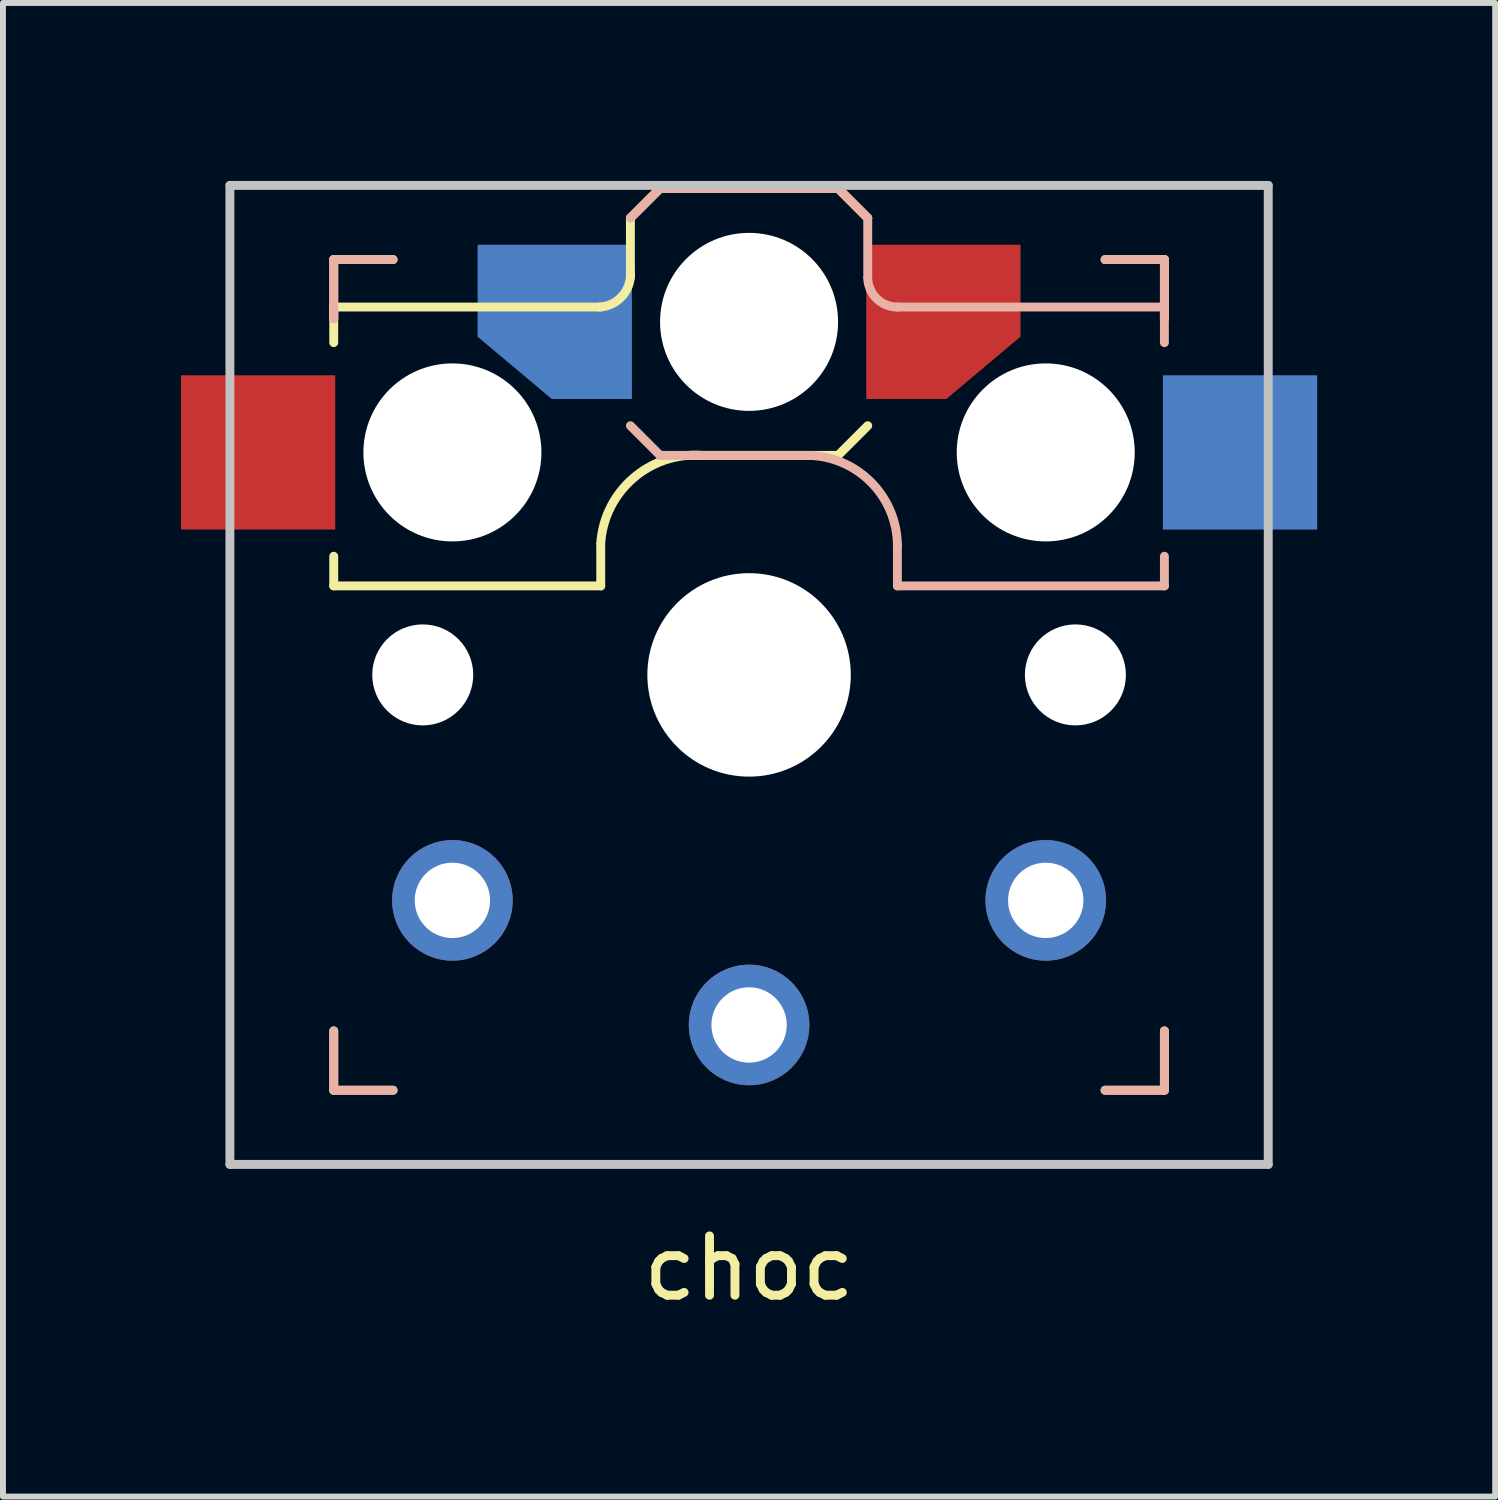
<source format=kicad_pcb>
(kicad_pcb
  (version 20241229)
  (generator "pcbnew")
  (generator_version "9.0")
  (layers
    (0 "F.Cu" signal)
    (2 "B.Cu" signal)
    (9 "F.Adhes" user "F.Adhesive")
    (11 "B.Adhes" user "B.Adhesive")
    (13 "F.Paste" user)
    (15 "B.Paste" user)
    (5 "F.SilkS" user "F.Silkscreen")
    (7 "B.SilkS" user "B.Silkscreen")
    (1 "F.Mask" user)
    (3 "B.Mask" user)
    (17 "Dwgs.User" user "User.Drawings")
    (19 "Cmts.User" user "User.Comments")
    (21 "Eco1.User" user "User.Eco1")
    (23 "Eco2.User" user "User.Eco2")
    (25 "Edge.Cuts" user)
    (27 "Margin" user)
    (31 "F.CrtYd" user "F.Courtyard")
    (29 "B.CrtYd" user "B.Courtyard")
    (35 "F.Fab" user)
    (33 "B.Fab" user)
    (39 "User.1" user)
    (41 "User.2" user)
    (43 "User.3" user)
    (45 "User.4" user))
  (footprint "choc"
    (layer "F.Cu")
    (at 9.575 8.325)
    (property "Reference" "choc" (at 0 10 0) (layer "F.SilkS") (effects (font (size 1 1) (thickness 0.15))))
    (attr through_hole)
    (fp_line (start -7 -6.2) (end -2.5 -6.2) (stroke (width 0.15) (type solid)) (layer "F.SilkS"))
    (fp_line (start -7 -6) (end -7 -7) (stroke (width 0.15) (type solid)) (layer "F.SilkS"))
    (fp_line (start -7 -5.6) (end -7 -6.2) (stroke (width 0.15) (type solid)) (layer "F.SilkS"))
    (fp_line (start -7 -1.5) (end -7 -2) (stroke (width 0.15) (type solid)) (layer "F.SilkS"))
    (fp_line (start -7 7) (end -7 6) (stroke (width 0.15) (type solid)) (layer "F.SilkS"))
    (fp_line (start -7 7) (end -6 7) (stroke (width 0.15) (type solid)) (layer "F.SilkS"))
    (fp_line (start -6 -7) (end -7 -7) (stroke (width 0.15) (type solid)) (layer "F.SilkS"))
    (fp_line (start -2.5 -2.2) (end -2.5 -1.5) (stroke (width 0.15) (type solid)) (layer "F.SilkS"))
    (fp_line (start -2.5 -1.5) (end -7 -1.5) (stroke (width 0.15) (type solid)) (layer "F.SilkS"))
    (fp_line (start -2 -6.7) (end -2 -7.7) (stroke (width 0.15) (type solid)) (layer "F.SilkS"))
    (fp_line (start -1.5 -8.2) (end -2 -7.7) (stroke (width 0.15) (type solid)) (layer "F.SilkS"))
    (fp_line (start 1.5 -8.2) (end -1.5 -8.2) (stroke (width 0.15) (type solid)) (layer "F.SilkS"))
    (fp_line (start 1.5 -3.7) (end -1 -3.7) (stroke (width 0.15) (type solid)) (layer "F.SilkS"))
    (fp_line (start 2 -7.7) (end 1.5 -8.2) (stroke (width 0.15) (type solid)) (layer "F.SilkS"))
    (fp_line (start 2 -4.2) (end 1.5 -3.7) (stroke (width 0.15) (type solid)) (layer "F.SilkS"))
    (fp_line (start 6 7) (end 7 7) (stroke (width 0.15) (type solid)) (layer "F.SilkS"))
    (fp_line (start 7 -7) (end 6 -7) (stroke (width 0.15) (type solid)) (layer "F.SilkS"))
    (fp_line (start 7 -7) (end 7 -6) (stroke (width 0.15) (type solid)) (layer "F.SilkS"))
    (fp_line (start 7 6) (end 7 7) (stroke (width 0.15) (type solid)) (layer "F.SilkS"))
    (fp_arc (start -2.5 -2.22) (mid -1.956518 -3.312082) (end -0.8 -3.7) (stroke (width 0.15) (type solid)) (layer "F.SilkS"))
    (fp_arc (start -2 -6.78) (mid -2.139878 -6.382304) (end -2.52 -6.2) (stroke (width 0.15) (type solid)) (layer "F.SilkS"))
    (fp_line (start -7 -6) (end -7 -7) (stroke (width 0.15) (type solid)) (layer "B.SilkS"))
    (fp_line (start -7 7) (end -7 6) (stroke (width 0.15) (type solid)) (layer "B.SilkS"))
    (fp_line (start -7 7) (end -6 7) (stroke (width 0.15) (type solid)) (layer "B.SilkS"))
    (fp_line (start -6 -7) (end -7 -7) (stroke (width 0.15) (type solid)) (layer "B.SilkS"))
    (fp_line (start -2 -7.7) (end -1.5 -8.2) (stroke (width 0.15) (type solid)) (layer "B.SilkS"))
    (fp_line (start -2 -4.2) (end -1.5 -3.7) (stroke (width 0.15) (type solid)) (layer "B.SilkS"))
    (fp_line (start -1.5 -8.2) (end 1.5 -8.2) (stroke (width 0.15) (type solid)) (layer "B.SilkS"))
    (fp_line (start -1.5 -3.7) (end 1 -3.7) (stroke (width 0.15) (type solid)) (layer "B.SilkS"))
    (fp_line (start 1.5 -8.2) (end 2 -7.7) (stroke (width 0.15) (type solid)) (layer "B.SilkS"))
    (fp_line (start 2 -6.7) (end 2 -7.7) (stroke (width 0.15) (type solid)) (layer "B.SilkS"))
    (fp_line (start 2.5 -2.2) (end 2.5 -1.5) (stroke (width 0.15) (type solid)) (layer "B.SilkS"))
    (fp_line (start 2.5 -1.5) (end 7 -1.5) (stroke (width 0.15) (type solid)) (layer "B.SilkS"))
    (fp_line (start 6 7) (end 7 7) (stroke (width 0.15) (type solid)) (layer "B.SilkS"))
    (fp_line (start 7 -7) (end 6 -7) (stroke (width 0.15) (type solid)) (layer "B.SilkS"))
    (fp_line (start 7 -7) (end 7 -6) (stroke (width 0.15) (type solid)) (layer "B.SilkS"))
    (fp_line (start 7 -6.2) (end 2.5 -6.2) (stroke (width 0.15) (type solid)) (layer "B.SilkS"))
    (fp_line (start 7 -5.6) (end 7 -6.2) (stroke (width 0.15) (type solid)) (layer "B.SilkS"))
    (fp_line (start 7 -1.5) (end 7 -2) (stroke (width 0.15) (type solid)) (layer "B.SilkS"))
    (fp_line (start 7 6) (end 7 7) (stroke (width 0.15) (type solid)) (layer "B.SilkS"))
    (fp_arc (start 0.97 -3.7) (mid 2.051873 -3.251873) (end 2.5 -2.17) (stroke (width 0.15) (type solid)) (layer "B.SilkS"))
    (fp_arc (start 2.500397 -6.199901) (mid 2.150071 -6.34272) (end 2 -6.690001) (stroke (width 0.15) (type solid)) (layer "B.SilkS"))
    (fp_line (start -8.75 -8.25) (end 8.75 -8.25) (stroke (width 0.15) (type solid)) (layer "Dwgs.User"))
    (fp_line (start -8.75 8.25) (end -8.75 -8.25) (stroke (width 0.15) (type solid)) (layer "Dwgs.User"))
    (fp_line (start 8.75 -8.25) (end 8.75 8.25) (stroke (width 0.15) (type solid)) (layer "Dwgs.User"))
    (fp_line (start 8.75 8.25) (end -8.75 8.25) (stroke (width 0.15) (type solid)) (layer "Dwgs.User"))
    (pad "" np_thru_hole circle (at -5.5 0 195) (size 1.702 1.702) (drill 1.702) (layers "*.Cu" "*.Mask"))
    (pad "" np_thru_hole circle (at -5 -3.75 195) (size 3 3) (drill 3) (layers "*.Cu" "*.Mask"))
    (pad "" np_thru_hole circle (at 0 -5.95 195) (size 3 3) (drill 3) (layers "*.Cu" "*.Mask"))
    (pad "" np_thru_hole circle (at 0 0 195) (size 3.429 3.429) (drill 3.429) (layers "*.Cu" "*.Mask"))
    (pad "" np_thru_hole circle (at 5 -3.75 195) (size 3 3) (drill 3) (layers "*.Cu" "*.Mask"))
    (pad "" np_thru_hole circle (at 5.5 0 195) (size 1.702 1.702) (drill 1.702) (layers "*.Cu" "*.Mask"))
    (pad "1" thru_hole circle (at -5 3.8 195) (size 2.032 2.032) (drill 1.27) (layers "*.Cu" "*.Mask"))
    (pad "1" smd custom (at -3.275 -5.95) (size 1 1) (layers "B.Cu" "B.Mask" "B.Paste") (options (anchor rect)) (primitives (gr_poly (pts (xy -1.3 -1.3) (xy -1.3 0.25) (xy -0.05 1.3) (xy 1.3 1.3) (xy 1.3 -1.3)) (width 0) (fill yes))))
    (pad "1" connect custom (at 3.275 -5.95) (size 0.5 0.5) (layers "F.Cu" "F.Mask") (options (anchor rect)) (primitives (gr_poly (pts (xy -1.3 -1.3) (xy -1.3 1.3) (xy 0.05 1.3) (xy 1.3 0.25) (xy 1.3 -1.3)) (width 0) (fill yes))))
    (pad "1" thru_hole circle (at 5 3.8 195) (size 2.032 2.032) (drill 1.27) (layers "*.Cu" "*.Mask"))
    (pad "2" smd rect (at -8.275 -3.75) (size 2.6 2.6) (layers "F.Cu" "F.Mask" "F.Paste"))
    (pad "2" thru_hole circle (at 0 5.9 195) (size 2.032 2.032) (drill 1.27) (layers "*.Cu" "*.Mask"))
    (pad "2" smd rect (at 8.275 -3.75) (size 2.6 2.6) (layers "B.Cu" "B.Mask" "B.Paste")))
  (gr_rect
    (start -3 -3)
    (end 22.15 22.173)
    (stroke (width 0.1) (type default))
    (fill no)
    (layer "Edge.Cuts")))
</source>
